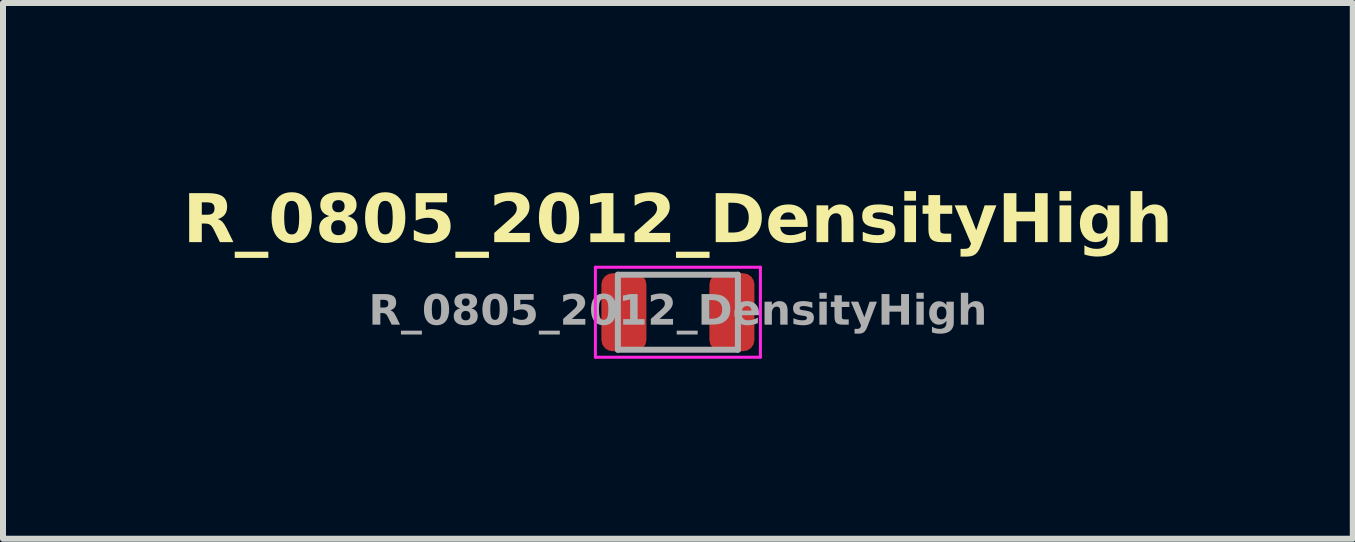
<source format=kicad_pcb>
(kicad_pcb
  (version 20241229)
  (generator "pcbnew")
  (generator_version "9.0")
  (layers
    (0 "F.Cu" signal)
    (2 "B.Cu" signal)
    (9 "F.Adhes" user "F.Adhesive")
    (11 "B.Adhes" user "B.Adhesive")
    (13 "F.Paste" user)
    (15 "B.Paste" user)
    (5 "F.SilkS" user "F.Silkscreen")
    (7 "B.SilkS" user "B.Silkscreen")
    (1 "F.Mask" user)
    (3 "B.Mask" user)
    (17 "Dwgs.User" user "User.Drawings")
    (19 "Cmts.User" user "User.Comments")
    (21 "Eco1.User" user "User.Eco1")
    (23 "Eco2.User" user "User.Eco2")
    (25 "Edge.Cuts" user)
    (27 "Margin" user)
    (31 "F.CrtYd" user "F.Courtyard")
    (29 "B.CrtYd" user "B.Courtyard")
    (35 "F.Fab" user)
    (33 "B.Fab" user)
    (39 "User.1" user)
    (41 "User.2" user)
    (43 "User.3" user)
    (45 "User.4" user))
  (footprint "R_0805_2012_DensityHigh"
    (layer "F.Cu")
    (at 8.247 2.153)
    (property "Reference" "R_0805_2012_DensityHigh" (at 0 -1.5 0) (layer "F.SilkS") (effects (font (face "JetBrains Mono SemiBold") (size 0.8 0.8) (thickness 0.1))))
    (attr smd)
    (fp_line (start -1.375 -0.75) (end 1.375 -0.75) (stroke (width 0.05) (type solid)) (layer "F.CrtYd"))
    (fp_line (start -1.375 0.75) (end -1.375 -0.75) (stroke (width 0.05) (type solid)) (layer "F.CrtYd"))
    (fp_line (start 1.375 -0.75) (end 1.375 0.75) (stroke (width 0.05) (type solid)) (layer "F.CrtYd"))
    (fp_line (start 1.375 0.75) (end -1.375 0.75) (stroke (width 0.05) (type solid)) (layer "F.CrtYd"))
    (fp_line (start -1 -0.625) (end 1 -0.625) (stroke (width 0.1) (type solid)) (layer "F.Fab"))
    (fp_line (start -1 0.625) (end -1 -0.625) (stroke (width 0.1) (type solid)) (layer "F.Fab"))
    (fp_line (start 1 -0.625) (end 1 0.625) (stroke (width 0.1) (type solid)) (layer "F.Fab"))
    (fp_line (start 1 0.625) (end -1 0.625) (stroke (width 0.1) (type solid)) (layer "F.Fab"))
    (fp_text user "${REFERENCE}" (at 0 0 0) (layer "F.Fab") (effects (font (face "JetBrains Mono SemiBold") (size 0.5 0.5) (thickness 0.08))))
    (pad "1" smd roundrect (at -0.9 0) (size 0.75 1.3) (layers "F.Cu" "F.Mask" "F.Paste") (roundrect_rratio 0.25))
    (pad "2" smd roundrect (at 0.9 0) (size 0.75 1.3) (layers "F.Cu" "F.Mask" "F.Paste") (roundrect_rratio 0.25)))
  (gr_rect
    (start -3 -3)
    (end 19.494 5.928)
    (stroke (width 0.1) (type default))
    (fill no)
    (layer "Edge.Cuts")))
</source>
